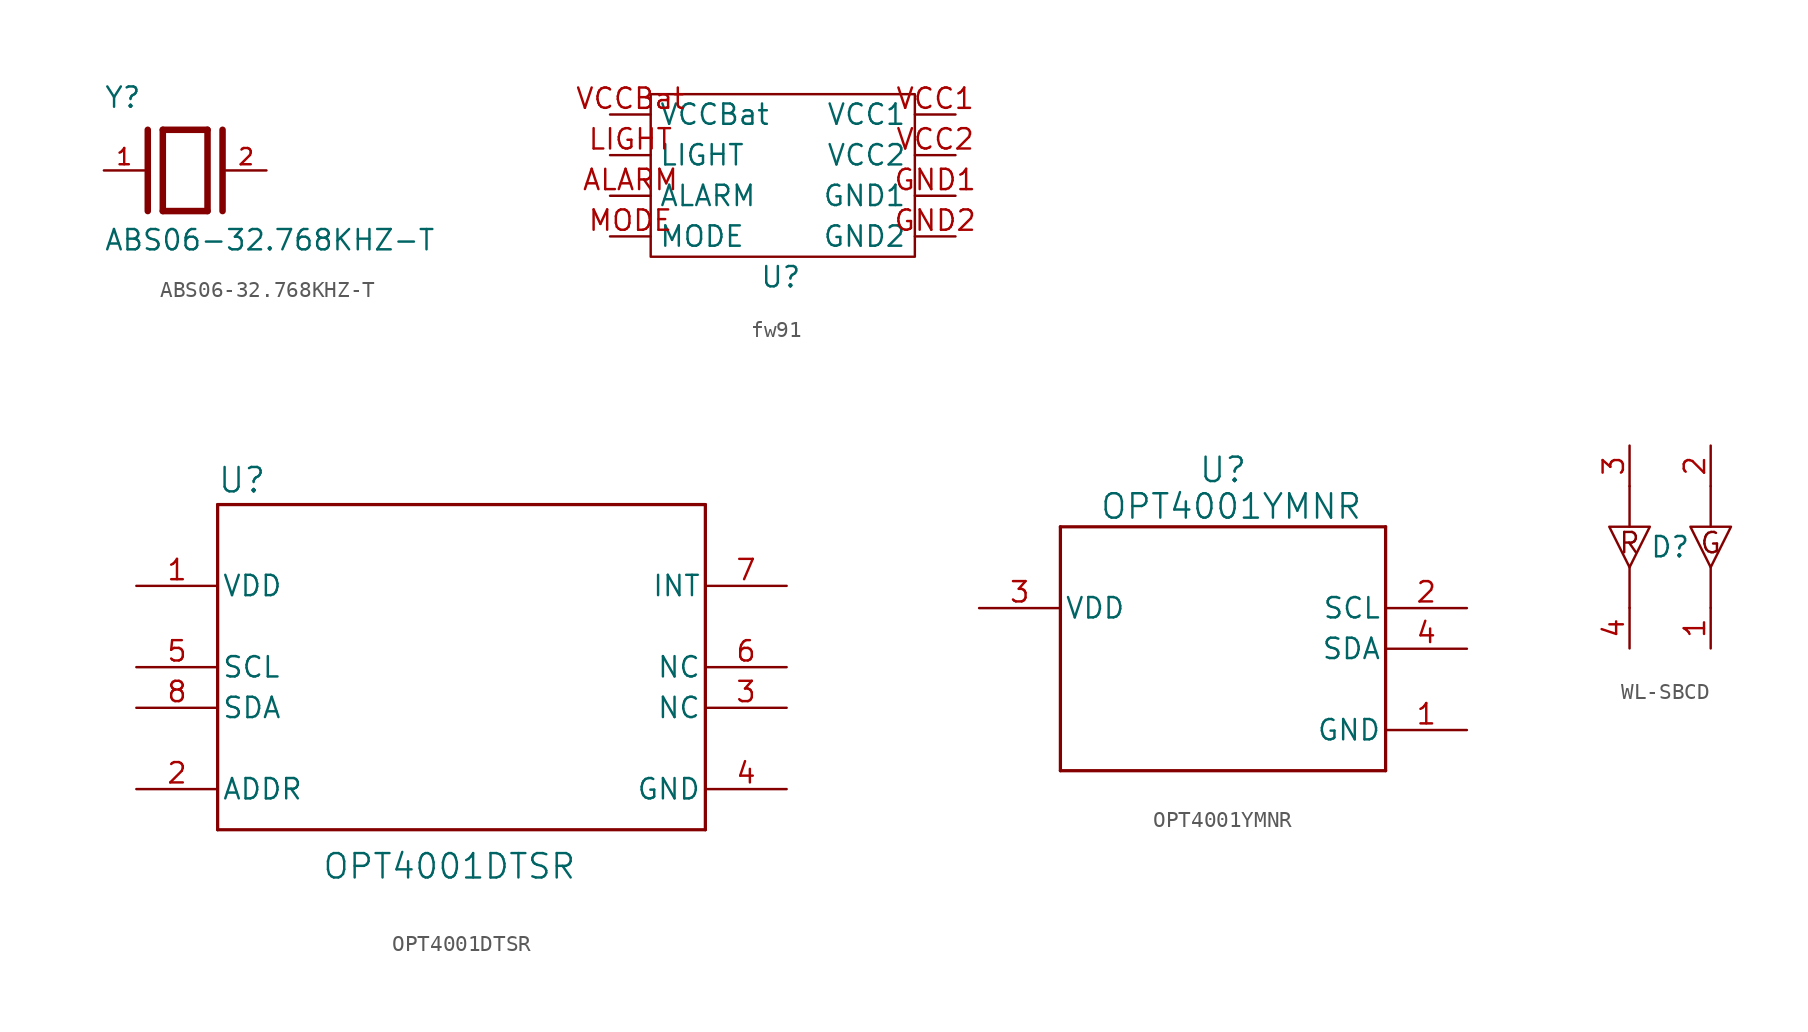
<source format=kicad_sym>
(kicad_symbol_lib
  (version 20231120)
  (generator "kicad_symbol_editor")
  (generator_version "8.0")
  (symbol "ABS06-32.768KHZ-T"
    (pin_names
      (offset 1.016))
    (property "Reference" "Y"
      (at -5.088 3.816 0)
      (effects (font (size 1.27 1.27)) (justify left bottom)))
    (property "Value" "ABS06-32.768KHZ-T"
      (at -5.094 -5.094 0)
      (effects (font (size 1.27 1.27)) (justify left bottom)))
    (symbol "ABS06-32.768KHZ-T_0_0"
      (polyline (pts (xy -2.337 2.54) (xy -2.337 -2.54)) (stroke (width 0.406) (type default)) (fill (type none)))
      (polyline (pts (xy -1.397 2.54) (xy -1.397 -2.54)) (stroke (width 0.406) (type default)) (fill (type none)))
      (polyline (pts (xy -1.397 2.54) (xy 1.397 2.54)) (stroke (width 0.406) (type default)) (fill (type none)))
      (polyline (pts (xy 1.397 -2.54) (xy -1.397 -2.54)) (stroke (width 0.406) (type default)) (fill (type none)))
      (polyline (pts (xy 1.397 2.54) (xy 1.397 -2.54)) (stroke (width 0.406) (type default)) (fill (type none)))
      (polyline (pts (xy 2.337 2.54) (xy 2.337 -2.54)) (stroke (width 0.406) (type default)) (fill (type none)))
      (pin passive line (at -5.08 0 0) (length 2.54) (name "~" (effects (font (size 1.016 1.016)))) (number "1" (effects (font (size 1.016 1.016)))))
      (pin passive line (at 5.08 0 180) (length 2.54) (name "~" (effects (font (size 1.016 1.016)))) (number "2" (effects (font (size 1.016 1.016)))))))
  (symbol "fw91"
    (property "Reference" "U"
      (at 5.588 -6.35 0)
      (effects (font (size 1.27 1.27))))
    (property "Value" ""
      (at 0 1.27 0)
      (effects (font (size 1.27 1.27))))
    (symbol "fw91_0_1"
      (rectangle (start -2.54 5.08) (end 13.97 -5.08) (stroke (width 0) (type default)) (fill (type none))))
    (symbol "fw91_1_1"
      (pin input line (at -5.08 -1.27 0) (length 2.54) (name "ALARM" (effects (font (size 1.27 1.27)))) (number "ALARM" (effects (font (size 1.27 1.27)))))
      (pin power_out line (at 16.51 -1.27 180) (length 2.54) (name "GND1" (effects (font (size 1.27 1.27)))) (number "GND1" (effects (font (size 1.27 1.27)))))
      (pin power_out line (at 16.51 -3.81 180) (length 2.54) (name "GND2" (effects (font (size 1.27 1.27)))) (number "GND2" (effects (font (size 1.27 1.27)))))
      (pin input line (at -5.08 1.27 0) (length 2.54) (name "LIGHT" (effects (font (size 1.27 1.27)))) (number "LIGHT" (effects (font (size 1.27 1.27)))))
      (pin input line (at -5.08 -3.81 0) (length 2.54) (name "MODE" (effects (font (size 1.27 1.27)))) (number "MODE" (effects (font (size 1.27 1.27)))))
      (pin power_in line (at 16.51 3.81 180) (length 2.54) (name "VCC1" (effects (font (size 1.27 1.27)))) (number "VCC1" (effects (font (size 1.27 1.27)))))
      (pin power_in line (at 16.51 1.27 180) (length 2.54) (name "VCC2" (effects (font (size 1.27 1.27)))) (number "VCC2" (effects (font (size 1.27 1.27)))))
      (pin output line (at -5.08 3.81 0) (length 2.54) (name "VCCBat" (effects (font (size 1.27 1.27)))) (number "VCCBat" (effects (font (size 1.27 1.27)))))))
  (symbol "OPT4001DTSR"
    (pin_names
      (offset 0.254))
    (property "Reference" "U"
      (at 6.604 6.604 0)
      (effects (font (size 1.524 1.524))))
    (property "Value" "OPT4001DTSR"
      (at 19.558 -17.526 0)
      (effects (font (size 1.524 1.524))))
    (symbol "OPT4001DTSR_0_1"
      (polyline (pts (xy 5.08 -15.24) (xy 35.56 -15.24)) (stroke (width 0.203) (type default)) (fill (type none)))
      (polyline (pts (xy 5.08 5.08) (xy 5.08 -15.24)) (stroke (width 0.203) (type default)) (fill (type none)))
      (polyline (pts (xy 35.56 -15.24) (xy 35.56 5.08)) (stroke (width 0.203) (type default)) (fill (type none)))
      (polyline (pts (xy 35.56 5.08) (xy 5.08 5.08)) (stroke (width 0.203) (type default)) (fill (type none)))
      (pin power_in line (at 0 0 0) (length 5.08) (name "VDD" (effects (font (size 1.27 1.27)))) (number "1" (effects (font (size 1.27 1.27)))))
      (pin input line (at 0 -12.7 0) (length 5.08) (name "ADDR" (effects (font (size 1.27 1.27)))) (number "2" (effects (font (size 1.27 1.27)))))
      (pin unspecified line (at 40.64 -7.62 180) (length 5.08) (name "NC" (effects (font (size 1.27 1.27)))) (number "3" (effects (font (size 1.27 1.27)))))
      (pin power_in line (at 40.64 -12.7 180) (length 5.08) (name "GND" (effects (font (size 1.27 1.27)))) (number "4" (effects (font (size 1.27 1.27)))))
      (pin input line (at 0 -5.08 0) (length 5.08) (name "SCL" (effects (font (size 1.27 1.27)))) (number "5" (effects (font (size 1.27 1.27)))))
      (pin unspecified line (at 40.64 -5.08 180) (length 5.08) (name "NC" (effects (font (size 1.27 1.27)))) (number "6" (effects (font (size 1.27 1.27)))))
      (pin open_collector line (at 40.64 0 180) (length 5.08) (name "INT" (effects (font (size 1.27 1.27)))) (number "7" (effects (font (size 1.27 1.27)))))
      (pin bidirectional line (at 0 -7.62 0) (length 5.08) (name "SDA" (effects (font (size 1.27 1.27)))) (number "8" (effects (font (size 1.27 1.27)))))))
  (symbol "OPT4001YMNR"
    (pin_names
      (offset 0.254))
    (property "Reference" "U"
      (at 0 11.176 0)
      (effects (font (size 1.524 1.524))))
    (property "Value" "OPT4001YMNR"
      (at 0.508 8.89 0)
      (effects (font (size 1.524 1.524))))
    (property "ki_locked" ""
      (at 0 0 0)
      (effects (font (size 1.27 1.27))))
    (symbol "OPT4001YMNR_1_1"
      (polyline (pts (xy -10.16 -7.62) (xy 10.16 -7.62)) (stroke (width 0.203) (type default)) (fill (type none)))
      (polyline (pts (xy -10.16 7.62) (xy -10.16 -7.62)) (stroke (width 0.203) (type default)) (fill (type none)))
      (polyline (pts (xy 10.16 -7.62) (xy 10.16 7.62)) (stroke (width 0.203) (type default)) (fill (type none)))
      (polyline (pts (xy 10.16 7.62) (xy -10.16 7.62)) (stroke (width 0.203) (type default)) (fill (type none)))
      (pin power_in line (at 15.24 -5.08 180) (length 5.08) (name "GND" (effects (font (size 1.27 1.27)))) (number "1" (effects (font (size 1.27 1.27)))))
      (pin input line (at 15.24 2.54 180) (length 5.08) (name "SCL" (effects (font (size 1.27 1.27)))) (number "2" (effects (font (size 1.27 1.27)))))
      (pin power_in line (at -15.24 2.54 0) (length 5.08) (name "VDD" (effects (font (size 1.27 1.27)))) (number "3" (effects (font (size 1.27 1.27)))))
      (pin bidirectional line (at 15.24 0 180) (length 5.08) (name "SDA" (effects (font (size 1.27 1.27)))) (number "4" (effects (font (size 1.27 1.27)))))))
  (symbol "WL-SBCD"
    (property "Reference" "D"
      (at 0 0 0)
      (effects (font (size 1.27 1.27))))
    (property "Value" ""
      (at 0 2.54 0)
      (effects (font (size 1.27 1.27))))
    (symbol "WL-SBCD_0_1"
      (polyline (pts (xy -2.54 -3.81) (xy -2.54 -1.27)) (stroke (width 0) (type default)) (fill (type none)))
      (polyline (pts (xy -2.54 3.81) (xy -2.54 1.27)) (stroke (width 0) (type default)) (fill (type none)))
      (polyline (pts (xy 2.54 -3.81) (xy 2.54 -1.27)) (stroke (width 0) (type default)) (fill (type none)))
      (polyline (pts (xy 2.54 3.81) (xy 2.54 1.27)) (stroke (width 0) (type default)) (fill (type none)))
      (polyline (pts (xy -1.27 1.27) (xy -3.81 1.27) (xy -2.54 -1.27) (xy -1.27 1.27)) (stroke (width 0) (type default)) (fill (type none)))
      (polyline (pts (xy 3.81 1.27) (xy 1.27 1.27) (xy 2.54 -1.27) (xy 3.81 1.27)) (stroke (width 0) (type default)) (fill (type none))))
    (symbol "WL-SBCD_1_1"
      (text "G" (at 2.54 0.254 0) (effects (font (size 1.27 1.27))))
      (text "R" (at -2.54 0.254 0) (effects (font (size 1.27 1.27))))
      (pin output line (at 2.54 -6.35 90) (length 2.54) (name "" (effects (font (size 1.27 1.27)))) (number "1" (effects (font (size 1.27 1.27)))))
      (pin input line (at 2.54 6.35 270) (length 2.54) (name "" (effects (font (size 1.27 1.27)))) (number "2" (effects (font (size 1.27 1.27)))))
      (pin input line (at -2.54 6.35 270) (length 2.54) (name "" (effects (font (size 1.27 1.27)))) (number "3" (effects (font (size 1.27 1.27)))))
      (pin output line (at -2.54 -6.35 90) (length 2.54) (name "" (effects (font (size 1.27 1.27)))) (number "4" (effects (font (size 1.27 1.27))))))))
</source>
